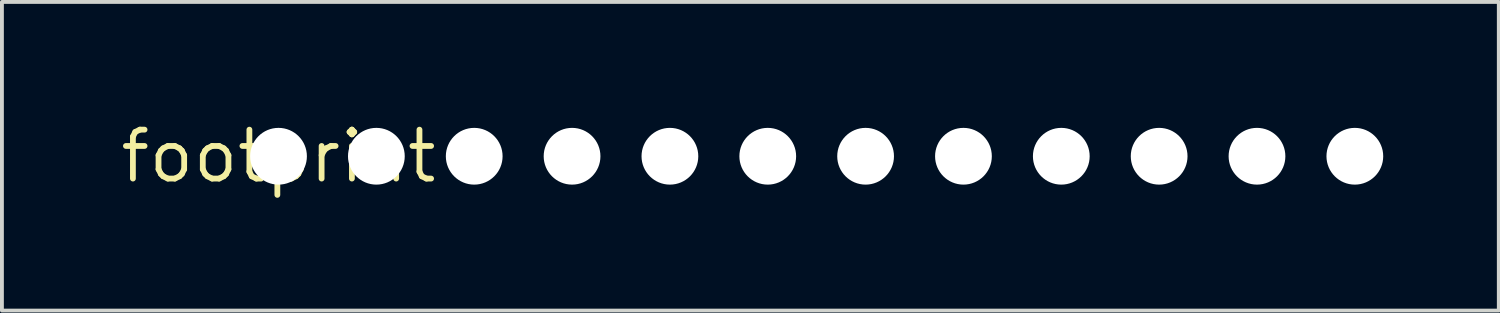
<source format=kicad_pcb>
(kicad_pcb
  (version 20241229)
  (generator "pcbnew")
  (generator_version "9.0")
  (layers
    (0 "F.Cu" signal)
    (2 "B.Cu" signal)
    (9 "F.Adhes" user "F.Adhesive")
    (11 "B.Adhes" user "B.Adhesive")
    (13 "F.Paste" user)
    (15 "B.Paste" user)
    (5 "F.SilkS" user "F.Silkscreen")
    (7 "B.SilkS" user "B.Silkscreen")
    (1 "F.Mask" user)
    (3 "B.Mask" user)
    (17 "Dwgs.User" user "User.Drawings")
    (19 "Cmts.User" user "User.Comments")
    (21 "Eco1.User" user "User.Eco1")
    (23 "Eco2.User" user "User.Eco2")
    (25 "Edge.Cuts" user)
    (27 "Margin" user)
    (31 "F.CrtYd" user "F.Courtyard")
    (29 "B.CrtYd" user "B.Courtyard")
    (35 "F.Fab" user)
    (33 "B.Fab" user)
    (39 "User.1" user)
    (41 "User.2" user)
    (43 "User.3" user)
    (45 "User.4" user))
  (footprint "footprint"
    (layer "F.Cu")
    (at 4.18 1.006)
    (property "Reference" "footprint" (at 0 0 0) (layer "F.SilkS") (effects (font (size 1.27 1.27) (thickness 0.15))))
    (fp_circle (center 0 0) (end 0.635 0) (stroke (width 0.127) (type solid)) (fill no) (layer "F.Fab"))
    (fp_circle (center 2.54 0) (end 3.175 0) (stroke (width 0.127) (type solid)) (fill no) (layer "F.Fab"))
    (fp_circle (center 5.08 0) (end 5.715 0) (stroke (width 0.127) (type solid)) (fill no) (layer "F.Fab"))
    (fp_circle (center 7.62 0) (end 8.255 0) (stroke (width 0.127) (type solid)) (fill no) (layer "F.Fab"))
    (fp_circle (center 10.16 0) (end 10.795 0) (stroke (width 0.127) (type solid)) (fill no) (layer "F.Fab"))
    (fp_circle (center 12.7 0) (end 13.335 0) (stroke (width 0.127) (type solid)) (fill no) (layer "F.Fab"))
    (fp_circle (center 15.24 0) (end 15.875 0) (stroke (width 0.127) (type solid)) (fill no) (layer "F.Fab"))
    (fp_circle (center 17.78 0) (end 18.415 0) (stroke (width 0.127) (type solid)) (fill no) (layer "F.Fab"))
    (fp_circle (center 20.32 0) (end 20.955 0) (stroke (width 0.127) (type solid)) (fill no) (layer "F.Fab"))
    (fp_circle (center 22.86 0) (end 23.495 0) (stroke (width 0.127) (type solid)) (fill no) (layer "F.Fab"))
    (fp_circle (center 25.4 0) (end 26.035 0) (stroke (width 0.127) (type solid)) (fill no) (layer "F.Fab"))
    (fp_circle (center 27.94 0) (end 28.575 0) (stroke (width 0.127) (type solid)) (fill no) (layer "F.Fab"))
    (pad "" np_thru_hole circle (at 0 0) (size 1.473 1.473) (drill 1.473) (layers "*.Cu" "*.Mask"))
    (pad "" np_thru_hole circle (at 2.54 0) (size 1.473 1.473) (drill 1.473) (layers "*.Cu" "*.Mask"))
    (pad "" np_thru_hole circle (at 5.08 0) (size 1.473 1.473) (drill 1.473) (layers "*.Cu" "*.Mask"))
    (pad "" np_thru_hole circle (at 7.62 0) (size 1.473 1.473) (drill 1.473) (layers "*.Cu" "*.Mask"))
    (pad "" np_thru_hole circle (at 10.16 0) (size 1.473 1.473) (drill 1.473) (layers "*.Cu" "*.Mask"))
    (pad "" np_thru_hole circle (at 12.7 0) (size 1.473 1.473) (drill 1.473) (layers "*.Cu" "*.Mask"))
    (pad "" np_thru_hole circle (at 15.24 0) (size 1.473 1.473) (drill 1.473) (layers "*.Cu" "*.Mask"))
    (pad "" np_thru_hole circle (at 17.78 0) (size 1.473 1.473) (drill 1.473) (layers "*.Cu" "*.Mask"))
    (pad "" np_thru_hole circle (at 20.32 0) (size 1.473 1.473) (drill 1.473) (layers "*.Cu" "*.Mask"))
    (pad "" np_thru_hole circle (at 22.86 0) (size 1.473 1.473) (drill 1.473) (layers "*.Cu" "*.Mask"))
    (pad "" np_thru_hole circle (at 25.4 0) (size 1.473 1.473) (drill 1.473) (layers "*.Cu" "*.Mask"))
    (pad "" np_thru_hole circle (at 27.94 0) (size 1.473 1.473) (drill 1.473) (layers "*.Cu" "*.Mask"))
    (pad "1" thru_hole circle (at 0 0 90) (size 0.813 0.813) (drill 0.889) (layers "*.Cu" "*.Mask"))
    (pad "2" thru_hole circle (at 2.54 0 90) (size 0.813 0.813) (drill 0.889) (layers "*.Cu" "*.Mask"))
    (pad "3" thru_hole circle (at 5.08 0 90) (size 0.813 0.813) (drill 0.889) (layers "*.Cu" "*.Mask"))
    (pad "4" thru_hole circle (at 7.62 0 90) (size 0.813 0.813) (drill 0.889) (layers "*.Cu" "*.Mask"))
    (pad "5" thru_hole circle (at 10.16 0 90) (size 0.813 0.813) (drill 0.889) (layers "*.Cu" "*.Mask"))
    (pad "6" thru_hole circle (at 12.7 0 90) (size 0.813 0.813) (drill 0.889) (layers "*.Cu" "*.Mask"))
    (pad "7" thru_hole circle (at 15.24 0 90) (size 0.813 0.813) (drill 0.889) (layers "*.Cu" "*.Mask"))
    (pad "8" thru_hole circle (at 17.78 0 90) (size 0.813 0.813) (drill 0.889) (layers "*.Cu" "*.Mask"))
    (pad "9" thru_hole circle (at 20.32 0 90) (size 0.813 0.813) (drill 0.889) (layers "*.Cu" "*.Mask"))
    (pad "10" thru_hole circle (at 22.86 0 90) (size 0.813 0.813) (drill 0.889) (layers "*.Cu" "*.Mask"))
    (pad "11" thru_hole circle (at 25.4 0 90) (size 0.813 0.813) (drill 0.889) (layers "*.Cu" "*.Mask"))
    (pad "12" thru_hole circle (at 27.94 0 90) (size 0.813 0.813) (drill 0.889) (layers "*.Cu" "*.Mask")))
  (gr_rect
    (start -3 -3)
    (end 35.857 5.012)
    (stroke (width 0.1) (type default))
    (fill no)
    (layer "Edge.Cuts")))
</source>
